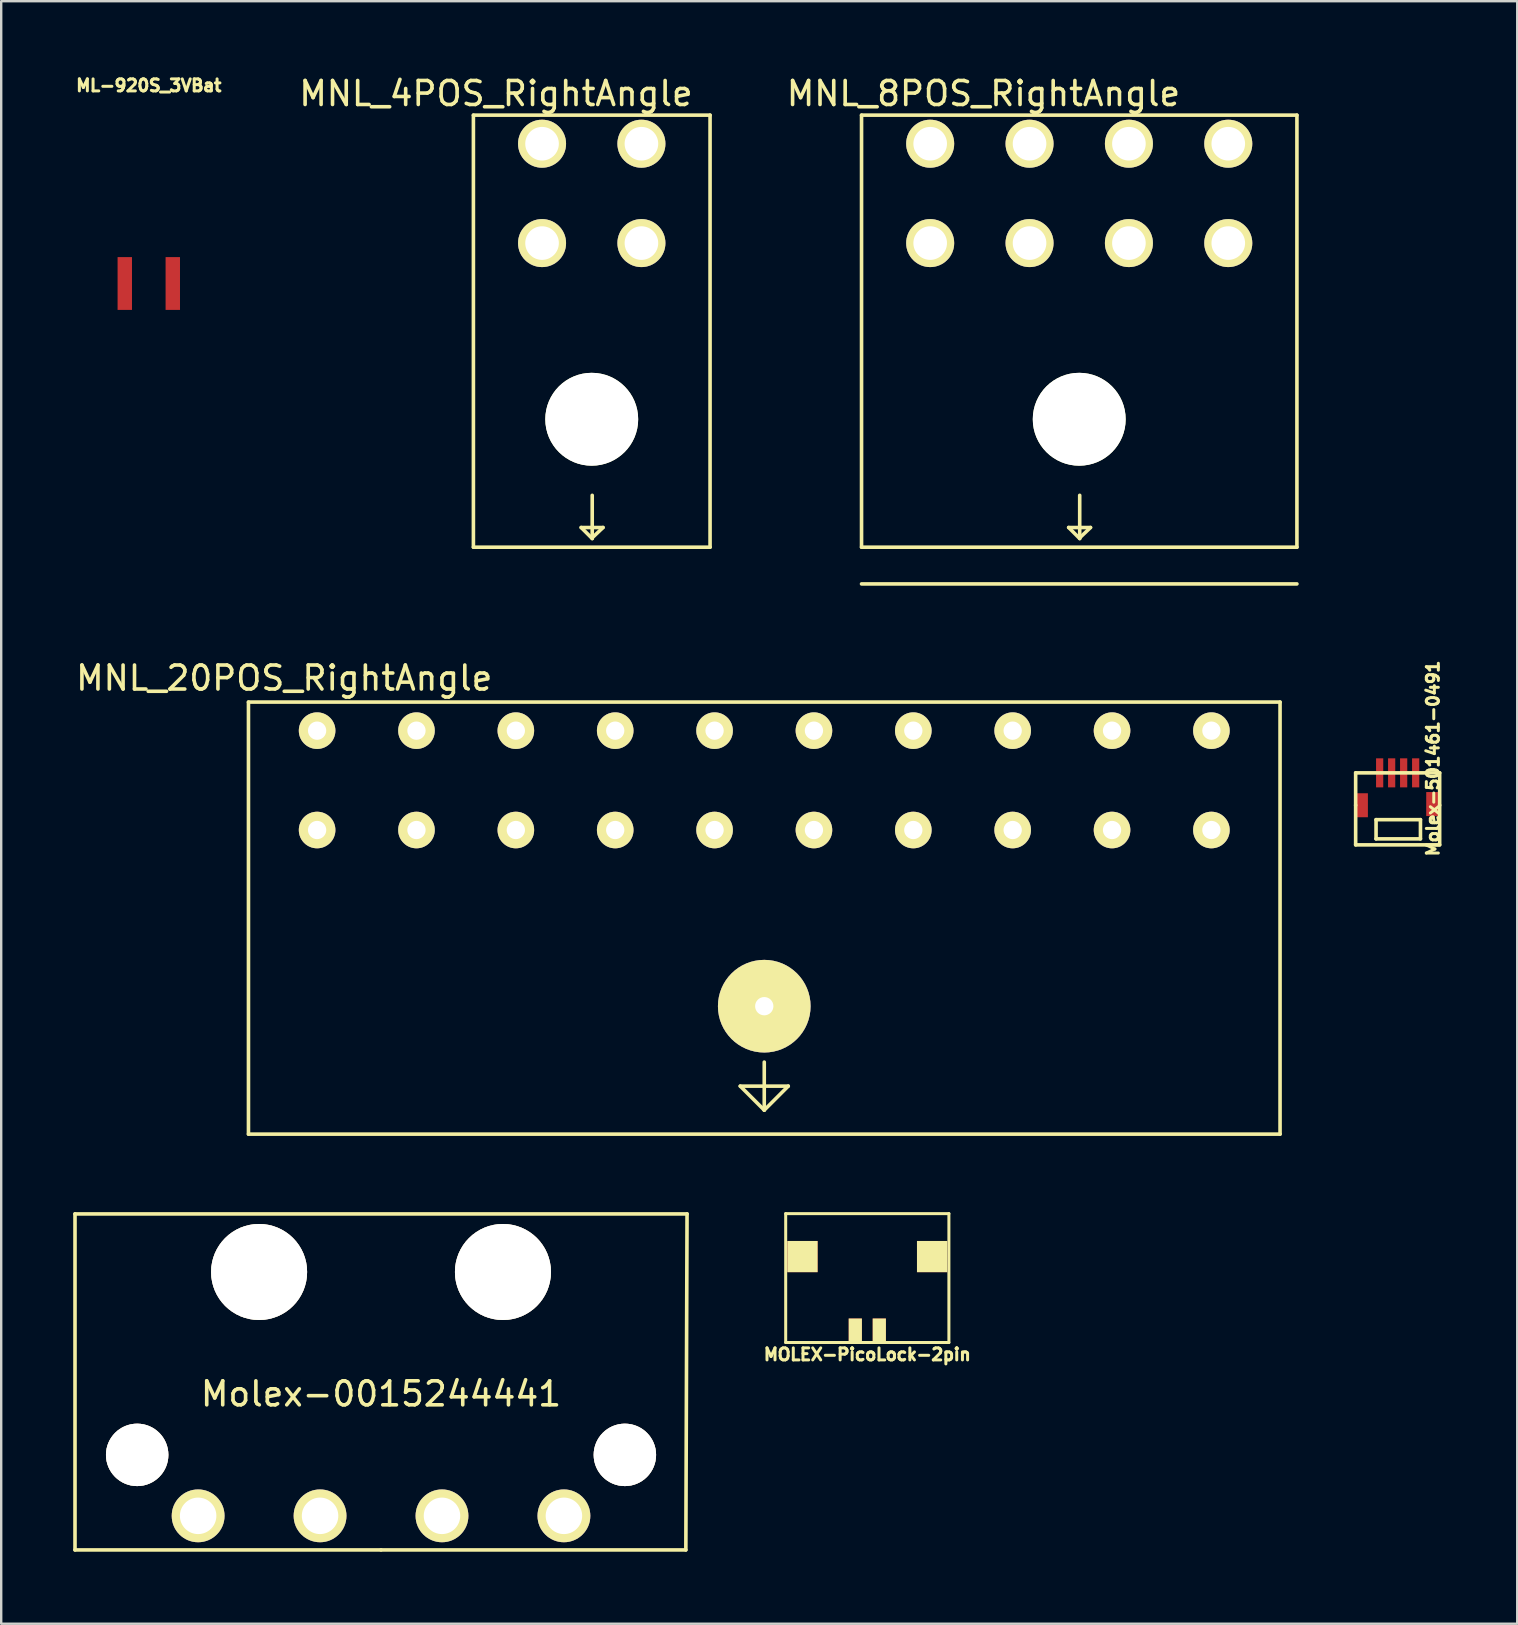
<source format=kicad_pcb>
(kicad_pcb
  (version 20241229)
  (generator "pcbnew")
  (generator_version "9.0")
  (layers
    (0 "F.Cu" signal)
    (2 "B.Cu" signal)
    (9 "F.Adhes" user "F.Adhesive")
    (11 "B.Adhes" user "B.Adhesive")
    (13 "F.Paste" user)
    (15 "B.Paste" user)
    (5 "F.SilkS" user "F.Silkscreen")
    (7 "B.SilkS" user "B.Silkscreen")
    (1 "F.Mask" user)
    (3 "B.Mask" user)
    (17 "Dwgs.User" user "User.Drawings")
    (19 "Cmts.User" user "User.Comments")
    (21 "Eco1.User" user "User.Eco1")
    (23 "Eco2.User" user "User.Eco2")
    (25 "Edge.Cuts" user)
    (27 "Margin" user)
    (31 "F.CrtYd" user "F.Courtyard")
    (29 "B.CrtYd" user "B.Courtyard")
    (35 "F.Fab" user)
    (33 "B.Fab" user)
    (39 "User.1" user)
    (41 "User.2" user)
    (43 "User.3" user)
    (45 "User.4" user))
  (footprint "MNL_4POS_RightAngle"
    (layer "F.Cu")
    (at 21.604 19.748)
    (property "Reference" "MNL_4POS_RightAngle" (at -3.99 -18.9 0) (layer "F.SilkS") (effects (font (size 1 1) (thickness 0.15))))
    (attr through_hole)
    (fp_line (start -4.93 -18) (end -4.93 0) (stroke (width 0.15) (type solid)) (layer "F.SilkS"))
    (fp_line (start -4.93 0) (end 4.93 0) (stroke (width 0.15) (type solid)) (layer "F.SilkS"))
    (fp_line (start -0.44 -0.82) (end 0.47 -0.82) (stroke (width 0.15) (type solid)) (layer "F.SilkS"))
    (fp_line (start 0.02 -2.16) (end 0.02 -0.36) (stroke (width 0.15) (type solid)) (layer "F.SilkS"))
    (fp_line (start 0.02 -0.36) (end -0.44 -0.82) (stroke (width 0.15) (type solid)) (layer "F.SilkS"))
    (fp_line (start 0.47 -0.82) (end 0.03 -0.4) (stroke (width 0.15) (type solid)) (layer "F.SilkS"))
    (fp_line (start 4.93 -18) (end -4.93 -18) (stroke (width 0.15) (type solid)) (layer "F.SilkS"))
    (fp_line (start 4.93 0) (end 4.93 -18) (stroke (width 0.15) (type solid)) (layer "F.SilkS"))
    (pad "" np_thru_hole circle (at 0 -5.33) (size 3.87 3.87) (drill 3.87) (layers "*.Cu" "*.Mask" "F.SilkS"))
    (pad "1" thru_hole circle (at 2.07 -16.81) (size 2 2) (drill 1.4) (layers "*.Cu" "*.Mask" "F.SilkS"))
    (pad "2" thru_hole circle (at -2.07 -16.81) (size 2 2) (drill 1.4) (layers "*.Cu" "*.Mask" "F.SilkS"))
    (pad "3" thru_hole circle (at 2.07 -12.67) (size 2 2) (drill 1.4) (layers "*.Cu" "*.Mask" "F.SilkS"))
    (pad "4" thru_hole circle (at -2.07 -12.67) (size 2 2) (drill 1.4) (layers "*.Cu" "*.Mask" "F.SilkS")))
  (footprint "Molex-501461-0491"
    (layer "F.Cu")
    (at 55.182 30.5)
    (property "Reference" "Molex-501461-0491" (at 1.47 -1.95 90) (layer "F.SilkS") (effects (font (size 0.5 0.5) (thickness 0.125))))
    (attr through_hole)
    (fp_line (start -1.75 -1.35) (end 1.75 -1.35) (stroke (width 0.15) (type solid)) (layer "F.SilkS"))
    (fp_line (start -1.75 0) (end -1.75 -1.35) (stroke (width 0.15) (type solid)) (layer "F.SilkS"))
    (fp_line (start -1.75 1.65) (end -1.75 0) (stroke (width 0.15) (type solid)) (layer "F.SilkS"))
    (fp_line (start -0.9 0.6) (end -0.9 1.4) (stroke (width 0.15) (type solid)) (layer "F.SilkS"))
    (fp_line (start 0.95 0.6) (end -0.9 0.6) (stroke (width 0.15) (type solid)) (layer "F.SilkS"))
    (fp_line (start 0.95 1.4) (end -0.9 1.4) (stroke (width 0.15) (type solid)) (layer "F.SilkS"))
    (fp_line (start 0.95 1.4) (end 0.95 0.6) (stroke (width 0.15) (type solid)) (layer "F.SilkS"))
    (fp_line (start 1.75 -1.35) (end 1.75 0) (stroke (width 0.15) (type solid)) (layer "F.SilkS"))
    (fp_line (start 1.75 0) (end 1.75 1.65) (stroke (width 0.15) (type solid)) (layer "F.SilkS"))
    (fp_line (start 1.75 1.65) (end -1.75 1.65) (stroke (width 0.15) (type solid)) (layer "F.SilkS"))
    (pad "1" smd rect (at -0.75 -1.35) (size 0.3 1.21) (layers "F.Cu" "F.Mask" "F.Paste"))
    (pad "2" smd rect (at -0.25 -1.35) (size 0.3 1.21) (layers "F.Cu" "F.Mask" "F.Paste"))
    (pad "3" smd rect (at 0.25 -1.35) (size 0.3 1.21) (layers "F.Cu" "F.Mask" "F.Paste"))
    (pad "4" smd rect (at 0.75 -1.35) (size 0.3 1.21) (layers "F.Cu" "F.Mask" "F.Paste"))
    (pad "x" smd rect (at -1.5 0) (size 0.52 1) (layers "F.Cu" "F.Mask" "F.Paste"))
    (pad "x" smd rect (at 1.45 -0.05) (size 0.52 1) (layers "F.Cu" "F.Mask" "F.Paste")))
  (footprint "MOLEX-PicoLock-2pin"
    (layer "F.Cu")
    (at 33.085 50.184)
    (property "Reference" "MOLEX-PicoLock-2pin" (at 0 3.2 180) (layer "F.SilkS") (effects (font (size 0.5 0.5) (thickness 0.125))))
    (attr through_hole)
    (fp_line (start -3.4 -2.67) (end 3.4 -2.67) (stroke (width 0.125) (type solid)) (layer "F.SilkS"))
    (fp_line (start -3.4 2.7) (end -3.4 -2.67) (stroke (width 0.125) (type solid)) (layer "F.SilkS"))
    (fp_line (start 3.4 -2.67) (end 3.4 2.7) (stroke (width 0.125) (type solid)) (layer "F.SilkS"))
    (fp_line (start 3.4 2.7) (end -3.4 2.7) (stroke (width 0.125) (type solid)) (layer "F.SilkS"))
    (pad "1" smd rect (at -0.5 2.2) (size 0.55 1) (layers "F.Cu" "F.Mask" "F.SilkS" "F.Paste"))
    (pad "2" smd rect (at 0.5 2.2) (size 0.55 1) (layers "F.Cu" "F.Mask" "F.SilkS" "F.Paste"))
    (pad "3" smd rect (at -2.7 -0.88) (size 1.26 1.3) (layers "F.Cu" "F.Mask" "F.SilkS" "F.Paste"))
    (pad "4" smd rect (at 2.7 -0.88) (size 1.26 1.3) (layers "F.Cu" "F.Mask" "F.SilkS" "F.Paste")))
  (footprint "ML-920S_3VBat"
    (layer "F.Cu")
    (at 3.149 8.762)
    (property "Reference" "ML-920S_3VBat" (at 0 -8.25 0) (layer "F.SilkS") (effects (font (size 0.5 0.5) (thickness 0.125))))
    (attr through_hole)
    (pad "1" smd rect (at 1 0) (size 0.6 2.2) (layers "F.Cu" "F.Mask" "F.Paste"))
    (pad "2" smd rect (at -1 0) (size 0.6 2.2) (layers "F.Cu" "F.Mask" "F.Paste")))
  (footprint "Molex-0015244441"
    (layer "F.Cu")
    (at 12.825 55.026)
    (property "Reference" "Molex-0015244441" (at 0 0 0) (layer "F.SilkS") (effects (font (size 1 1) (thickness 0.15))))
    (attr through_hole)
    (fp_line (start -12.75 -7.5) (end 12.75 -7.5) (stroke (width 0.15) (type solid)) (layer "F.SilkS"))
    (fp_line (start -12.75 6.5) (end -12.75 -7.5) (stroke (width 0.15) (type solid)) (layer "F.SilkS"))
    (fp_line (start 0 6.5) (end -12.75 6.5) (stroke (width 0.15) (type solid)) (layer "F.SilkS"))
    (fp_line (start 12.7 6.5) (end 0 6.5) (stroke (width 0.15) (type solid)) (layer "F.SilkS"))
    (fp_line (start 12.75 -7.5) (end 12.7 6.5) (stroke (width 0.15) (type solid)) (layer "F.SilkS"))
    (pad "1" thru_hole circle (at 7.62 5.08) (size 2.2 2.2) (drill 1.52) (layers "*.Cu" "*.Mask" "F.SilkS"))
    (pad "2" thru_hole circle (at 2.54 5.08) (size 2.2 2.2) (drill 1.52) (layers "*.Cu" "*.Mask" "F.SilkS"))
    (pad "3" thru_hole circle (at -2.54 5.08) (size 2.2 2.2) (drill 1.52) (layers "*.Cu" "*.Mask" "F.SilkS"))
    (pad "4" thru_hole circle (at -7.62 5.08) (size 2.2 2.2) (drill 1.52) (layers "*.Cu" "*.Mask" "F.SilkS"))
    (pad "5" thru_hole circle (at -10.16 2.54) (size 2.6 2.6) (drill 2.6) (layers "*.Cu" "*.Mask" "F.SilkS"))
    (pad "5" thru_hole circle (at -5.08 -5.08) (size 4 4) (drill 4) (layers "*.Cu" "*.Mask" "F.SilkS"))
    (pad "5" thru_hole circle (at 5.08 -5.08) (size 4 4) (drill 4) (layers "*.Cu" "*.Mask" "F.SilkS"))
    (pad "5" thru_hole circle (at 10.16 2.54) (size 2.6 2.6) (drill 2.6) (layers "*.Cu" "*.Mask" "F.SilkS")))
  (footprint "MNL_20POS_RightAngle"
    (layer "F.Cu")
    (at 28.792 44.202)
    (property "Reference" "MNL_20POS_RightAngle" (at -20 -19 0) (layer "F.SilkS") (effects (font (size 1 1) (thickness 0.15))))
    (attr through_hole)
    (fp_line (start -21.49 -18) (end -21.49 0) (stroke (width 0.15) (type solid)) (layer "F.SilkS"))
    (fp_line (start -21.49 0) (end 21.49 0) (stroke (width 0.15) (type solid)) (layer "F.SilkS"))
    (fp_line (start -1 -2) (end 1 -2) (stroke (width 0.15) (type solid)) (layer "F.SilkS"))
    (fp_line (start 0 -3) (end 0 -1) (stroke (width 0.15) (type solid)) (layer "F.SilkS"))
    (fp_line (start 0 -1) (end -1 -2) (stroke (width 0.15) (type solid)) (layer "F.SilkS"))
    (fp_line (start 1 -2) (end 0 -1) (stroke (width 0.15) (type solid)) (layer "F.SilkS"))
    (fp_line (start 21.49 -18) (end -21.49 -18) (stroke (width 0.15) (type solid)) (layer "F.SilkS"))
    (fp_line (start 21.49 0) (end 21.49 -18) (stroke (width 0.15) (type solid)) (layer "F.SilkS"))
    (pad "" np_thru_hole circle (at 0 -5.33) (size 3.86 3.86) (drill 0.762) (layers "*.Cu" "*.Mask" "F.SilkS"))
    (pad "1" thru_hole circle (at 18.63 -16.81) (size 1.524 1.524) (drill 0.762) (layers "*.Cu" "*.Mask" "F.SilkS"))
    (pad "2" thru_hole circle (at 14.49 -16.81) (size 1.524 1.524) (drill 0.762) (layers "*.Cu" "*.Mask" "F.SilkS"))
    (pad "3" thru_hole circle (at 2.07 -12.67) (size 1.524 1.524) (drill 0.762) (layers "*.Cu" "*.Mask" "F.SilkS"))
    (pad "3" thru_hole circle (at 6.21 -12.67) (size 1.524 1.524) (drill 0.762) (layers "*.Cu" "*.Mask" "F.SilkS"))
    (pad "3" thru_hole circle (at 10.35 -16.81) (size 1.524 1.524) (drill 0.762) (layers "*.Cu" "*.Mask" "F.SilkS"))
    (pad "3" thru_hole circle (at 10.35 -12.67) (size 1.524 1.524) (drill 0.762) (layers "*.Cu" "*.Mask" "F.SilkS"))
    (pad "3" thru_hole circle (at 14.49 -12.67) (size 1.524 1.524) (drill 0.762) (layers "*.Cu" "*.Mask" "F.SilkS"))
    (pad "3" thru_hole circle (at 18.63 -12.67) (size 1.524 1.524) (drill 0.762) (layers "*.Cu" "*.Mask" "F.SilkS"))
    (pad "4" thru_hole circle (at -18.63 -12.67) (size 1.524 1.524) (drill 0.762) (layers "*.Cu" "*.Mask" "F.SilkS"))
    (pad "4" thru_hole circle (at -14.49 -12.67) (size 1.524 1.524) (drill 0.762) (layers "*.Cu" "*.Mask" "F.SilkS"))
    (pad "4" thru_hole circle (at -10.35 -12.67) (size 1.524 1.524) (drill 0.762) (layers "*.Cu" "*.Mask" "F.SilkS"))
    (pad "4" thru_hole circle (at -6.21 -12.67) (size 1.524 1.524) (drill 0.762) (layers "*.Cu" "*.Mask" "F.SilkS"))
    (pad "4" thru_hole circle (at -2.07 -12.67) (size 1.524 1.524) (drill 0.762) (layers "*.Cu" "*.Mask" "F.SilkS"))
    (pad "4" thru_hole circle (at 6.21 -16.81) (size 1.524 1.524) (drill 0.762) (layers "*.Cu" "*.Mask" "F.SilkS"))
    (pad "5" thru_hole circle (at 2.07 -16.81) (size 1.524 1.524) (drill 0.762) (layers "*.Cu" "*.Mask" "F.SilkS"))
    (pad "6" thru_hole circle (at -2.07 -16.81) (size 1.524 1.524) (drill 0.762) (layers "*.Cu" "*.Mask" "F.SilkS"))
    (pad "7" thru_hole circle (at -6.21 -16.81) (size 1.524 1.524) (drill 0.762) (layers "*.Cu" "*.Mask" "F.SilkS"))
    (pad "8" thru_hole circle (at -10.35 -16.81) (size 1.524 1.524) (drill 0.762) (layers "*.Cu" "*.Mask" "F.SilkS"))
    (pad "9" thru_hole circle (at -14.49 -16.81) (size 1.524 1.524) (drill 0.762) (layers "*.Cu" "*.Mask" "F.SilkS"))
    (pad "10" thru_hole circle (at -18.63 -16.81) (size 1.524 1.524) (drill 0.762) (layers "*.Cu" "*.Mask" "F.SilkS")))
  (footprint "MNL_8POS_RightAngle"
    (layer "F.Cu")
    (at 41.915 19.748)
    (property "Reference" "MNL_8POS_RightAngle" (at -3.99 -18.9 0) (layer "F.SilkS") (effects (font (size 1 1) (thickness 0.15))))
    (attr through_hole)
    (fp_line (start -9.07 -18) (end -9.07 0) (stroke (width 0.15) (type solid)) (layer "F.SilkS"))
    (fp_line (start -9.07 0) (end 9.07 0) (stroke (width 0.15) (type solid)) (layer "F.SilkS"))
    (fp_line (start -9.07 1.53) (end 9.07 1.53) (stroke (width 0.15) (type solid)) (layer "F.SilkS"))
    (fp_line (start -0.44 -0.82) (end 0.47 -0.82) (stroke (width 0.15) (type solid)) (layer "F.SilkS"))
    (fp_line (start 0.02 -2.16) (end 0.02 -0.36) (stroke (width 0.15) (type solid)) (layer "F.SilkS"))
    (fp_line (start 0.02 -0.36) (end -0.44 -0.82) (stroke (width 0.15) (type solid)) (layer "F.SilkS"))
    (fp_line (start 0.47 -0.82) (end 0.03 -0.4) (stroke (width 0.15) (type solid)) (layer "F.SilkS"))
    (fp_line (start 9.07 -18) (end -9.07 -18) (stroke (width 0.15) (type solid)) (layer "F.SilkS"))
    (fp_line (start 9.07 0) (end 9.07 -18) (stroke (width 0.15) (type solid)) (layer "F.SilkS"))
    (pad "" np_thru_hole circle (at 0 -5.33) (size 3.87 3.87) (drill 3.87) (layers "*.Cu" "*.Mask" "F.SilkS"))
    (pad "1" thru_hole circle (at 6.21 -16.81) (size 2 2) (drill 1.4) (layers "*.Cu" "*.Mask" "F.SilkS"))
    (pad "2" thru_hole circle (at 2.07 -16.81) (size 2 2) (drill 1.4) (layers "*.Cu" "*.Mask" "F.SilkS"))
    (pad "3" thru_hole circle (at -2.07 -16.81) (size 2 2) (drill 1.4) (layers "*.Cu" "*.Mask" "F.SilkS"))
    (pad "4" thru_hole circle (at -6.21 -16.81) (size 2 2) (drill 1.4) (layers "*.Cu" "*.Mask" "F.SilkS"))
    (pad "5" thru_hole circle (at 6.21 -12.67) (size 2 2) (drill 1.4) (layers "*.Cu" "*.Mask" "F.SilkS"))
    (pad "6" thru_hole circle (at 2.07 -12.67) (size 2 2) (drill 1.4) (layers "*.Cu" "*.Mask" "F.SilkS"))
    (pad "7" thru_hole circle (at -2.07 -12.67) (size 2 2) (drill 1.4) (layers "*.Cu" "*.Mask" "F.SilkS"))
    (pad "8" thru_hole circle (at -6.21 -12.67) (size 2 2) (drill 1.4) (layers "*.Cu" "*.Mask" "F.SilkS")))
  (gr_rect
    (start -3 -3)
    (end 60.164 64.602)
    (stroke (width 0.1) (type default))
    (fill no)
    (layer "Edge.Cuts")))
</source>
